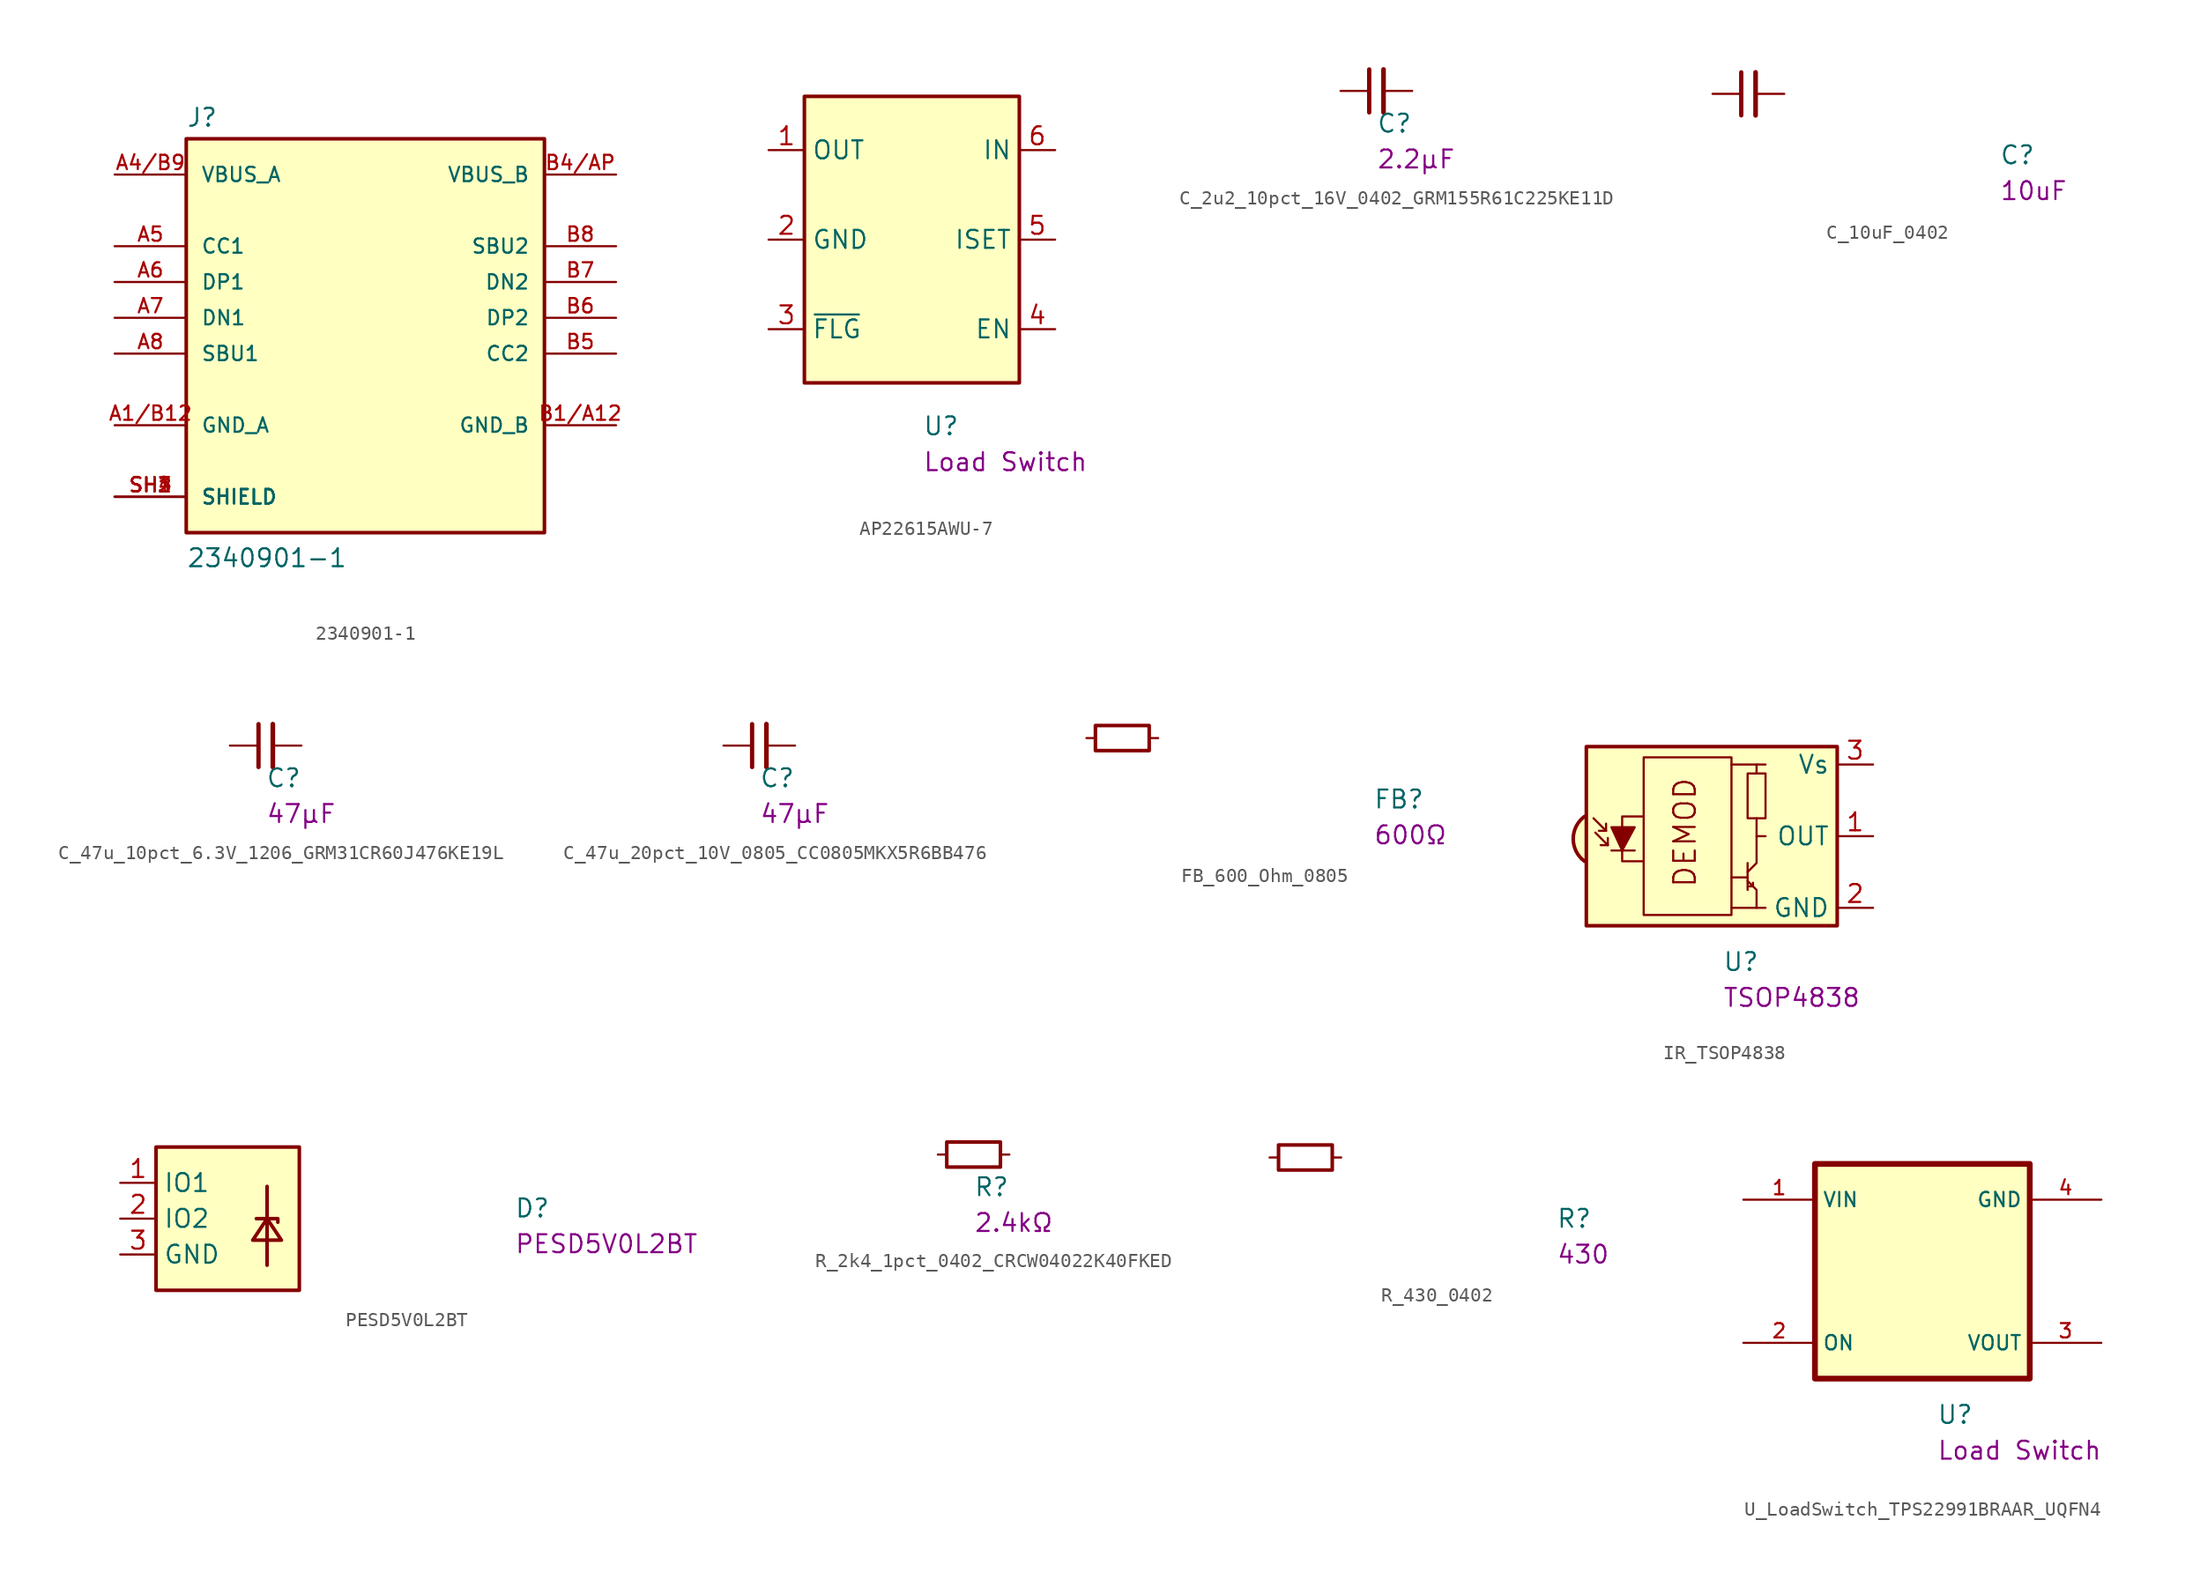
<source format=kicad_sym>
(kicad_symbol_lib
  (version 20231120)
  (generator "kicad_symbol_editor")
  (generator_version "8.0")
  (symbol "2340901-1"
    (pin_names
      (offset 1.016))
    (property "Reference" "J"
      (at -12.7 13.462 0)
      (effects (font (size 1.27 1.27)) (justify left bottom)))
    (property "Value" "2340901-1"
      (at -12.7 -17.78 0)
      (effects (font (size 1.27 1.27)) (justify left bottom)))
    (symbol "2340901-1_0_0"
      (rectangle (start -12.7 -15.24) (end 12.7 12.7) (stroke (width 0.254) (type default)) (fill (type background)))
      (pin power_in line (at -17.78 -7.62 0) (length 5.08) (name "GND_A" (effects (font (size 1.016 1.016)))) (number "A1/B12" (effects (font (size 1.016 1.016)))))
      (pin power_in line (at -17.78 10.16 0) (length 5.08) (name "VBUS_A" (effects (font (size 1.016 1.016)))) (number "A4/B9" (effects (font (size 1.016 1.016)))))
      (pin bidirectional line (at -17.78 5.08 0) (length 5.08) (name "CC1" (effects (font (size 1.016 1.016)))) (number "A5" (effects (font (size 1.016 1.016)))))
      (pin bidirectional line (at -17.78 2.54 0) (length 5.08) (name "DP1" (effects (font (size 1.016 1.016)))) (number "A6" (effects (font (size 1.016 1.016)))))
      (pin bidirectional line (at -17.78 0 0) (length 5.08) (name "DN1" (effects (font (size 1.016 1.016)))) (number "A7" (effects (font (size 1.016 1.016)))))
      (pin bidirectional line (at -17.78 -2.54 0) (length 5.08) (name "SBU1" (effects (font (size 1.016 1.016)))) (number "A8" (effects (font (size 1.016 1.016)))))
      (pin power_in line (at 17.78 -7.62 180) (length 5.08) (name "GND_B" (effects (font (size 1.016 1.016)))) (number "B1/A12" (effects (font (size 1.016 1.016)))))
      (pin power_in line (at 17.78 10.16 180) (length 5.08) (name "VBUS_B" (effects (font (size 1.016 1.016)))) (number "B4/AP" (effects (font (size 1.016 1.016)))))
      (pin bidirectional line (at 17.78 -2.54 180) (length 5.08) (name "CC2" (effects (font (size 1.016 1.016)))) (number "B5" (effects (font (size 1.016 1.016)))))
      (pin bidirectional line (at 17.78 0 180) (length 5.08) (name "DP2" (effects (font (size 1.016 1.016)))) (number "B6" (effects (font (size 1.016 1.016)))))
      (pin bidirectional line (at 17.78 2.54 180) (length 5.08) (name "DN2" (effects (font (size 1.016 1.016)))) (number "B7" (effects (font (size 1.016 1.016)))))
      (pin bidirectional line (at 17.78 5.08 180) (length 5.08) (name "SBU2" (effects (font (size 1.016 1.016)))) (number "B8" (effects (font (size 1.016 1.016)))))
      (pin passive line (at -17.78 -12.7 0) (length 5.08) (name "SHIELD" (effects (font (size 1.016 1.016)))) (number "SH1" (effects (font (size 1.016 1.016)))))
      (pin passive line (at -17.78 -12.7 0) (length 5.08) (name "SHIELD" (effects (font (size 1.016 1.016)))) (number "SH2" (effects (font (size 1.016 1.016)))))
      (pin passive line (at -17.78 -12.7 0) (length 5.08) (name "SHIELD" (effects (font (size 1.016 1.016)))) (number "SH3" (effects (font (size 1.016 1.016)))))
      (pin passive line (at -17.78 -12.7 0) (length 5.08) (name "SHIELD" (effects (font (size 1.016 1.016)))) (number "SH4" (effects (font (size 1.016 1.016)))))))
  (symbol "AP22615AWU-7"
    (property "Reference" "U"
      (at 0.762 -13.97 0)
      (effects (font (size 1.27 1.27) (thickness 0.15)) (justify left bottom)))
    (property "Val" "Load Switch"
      (at 0.762 -16.51 0)
      (effects (font (size 1.27 1.27)) (justify left bottom)))
    (symbol "AP22615AWU-7_0_1"
      (rectangle (start -7.62 10.16) (end 7.62 -10.16) (stroke (width 0.254) (type default)) (fill (type background))))
    (symbol "AP22615AWU-7_1_1"
      (pin power_out line (at -10.16 6.35 0) (length 2.54) (name "OUT" (effects (font (size 1.27 1.27)))) (number "1" (effects (font (size 1.27 1.27)))))
      (pin power_in line (at -10.16 0 0) (length 2.54) (name "GND" (effects (font (size 1.27 1.27)))) (number "2" (effects (font (size 1.27 1.27)))))
      (pin open_collector line (at -10.16 -6.35 0) (length 2.54) (name "~{FLG}" (effects (font (size 1.27 1.27)))) (number "3" (effects (font (size 1.27 1.27)))))
      (pin input line (at 10.16 -6.35 180) (length 2.54) (name "EN" (effects (font (size 1.27 1.27)))) (number "4" (effects (font (size 1.27 1.27)))))
      (pin power_in line (at 10.16 0 180) (length 2.54) (name "ISET" (effects (font (size 1.27 1.27)))) (number "5" (effects (font (size 1.27 1.27)))))
      (pin power_in line (at 10.16 6.35 180) (length 2.54) (name "IN" (effects (font (size 1.27 1.27)))) (number "6" (effects (font (size 1.27 1.27)))))))
  (symbol "C_2u2_10pct_16V_0402_GRM155R61C225KE11D"
    (pin_numbers hide)
    (pin_names hide)
    (property "Reference" "C"
      (at 0 -3.048 0)
      (effects (font (size 1.27 1.27) (thickness 0.15)) (justify left bottom)))
    (property "Val" "2.2µF"
      (at 0 -5.588 0)
      (effects (font (size 1.27 1.27)) (justify left bottom)))
    (symbol "C_2u2_10pct_16V_0402_GRM155R61C225KE11D_0_1"
      (polyline (pts (xy -0.508 -1.524) (xy -0.508 1.524)) (stroke (width 0.305) (type default)) (fill (type none)))
      (polyline (pts (xy 0.508 -1.524) (xy 0.508 1.524)) (stroke (width 0.33) (type default)) (fill (type none))))
    (symbol "C_2u2_10pct_16V_0402_GRM155R61C225KE11D_1_1"
      (pin passive line (at -2.54 0 0) (length 2.032) (name "~" (effects (font (size 1.27 1.27)))) (number "1" (effects (font (size 1.27 1.27)))))
      (pin passive line (at 2.54 0 180) (length 2.032) (name "~" (effects (font (size 1.27 1.27)))) (number "2" (effects (font (size 1.27 1.27)))))))
  (symbol "C_10uF_0402"
    (pin_numbers hide)
    (pin_names hide)
    (property "Reference" "C"
      (at 20.32 -5.08 0)
      (effects (font (size 1.27 1.27) (thickness 0.15)) (justify left bottom)))
    (property "Val" "10uF"
      (at 20.32 -7.62 0)
      (effects (font (size 1.27 1.27) (thickness 0.15)) (justify left bottom)))
    (symbol "C_10uF_0402_0_1"
      (polyline (pts (xy 2.032 -1.524) (xy 2.032 1.524)) (stroke (width 0.305) (type default)) (fill (type none)))
      (polyline (pts (xy 3.048 -1.524) (xy 3.048 1.524)) (stroke (width 0.33) (type default)) (fill (type none))))
    (symbol "C_10uF_0402_1_1"
      (pin passive line (at 0 0 0) (length 2.032) (name "~" (effects (font (size 1.27 1.27)))) (number "1" (effects (font (size 1.27 1.27)))))
      (pin passive line (at 5.08 0 180) (length 2.032) (name "~" (effects (font (size 1.27 1.27)))) (number "2" (effects (font (size 1.27 1.27)))))))
  (symbol "C_47u_10pct_6.3V_1206_GRM31CR60J476KE19L"
    (pin_numbers hide)
    (pin_names hide)
    (property "Reference" "C"
      (at 0 -3.048 0)
      (effects (font (size 1.27 1.27) (thickness 0.15)) (justify left bottom)))
    (property "Val" "47µF"
      (at 0 -5.588 0)
      (effects (font (size 1.27 1.27)) (justify left bottom)))
    (symbol "C_47u_10pct_6.3V_1206_GRM31CR60J476KE19L_0_1"
      (polyline (pts (xy -0.508 -1.524) (xy -0.508 1.524)) (stroke (width 0.305) (type default)) (fill (type none)))
      (polyline (pts (xy 0.508 -1.524) (xy 0.508 1.524)) (stroke (width 0.33) (type default)) (fill (type none))))
    (symbol "C_47u_10pct_6.3V_1206_GRM31CR60J476KE19L_1_1"
      (pin passive line (at -2.54 0 0) (length 2.032) (name "~" (effects (font (size 1.27 1.27)))) (number "1" (effects (font (size 1.27 1.27)))))
      (pin passive line (at 2.54 0 180) (length 2.032) (name "~" (effects (font (size 1.27 1.27)))) (number "2" (effects (font (size 1.27 1.27)))))))
  (symbol "C_47u_20pct_10V_0805_CC0805MKX5R6BB476"
    (pin_numbers hide)
    (pin_names hide)
    (property "Reference" "C"
      (at 0 -3.048 0)
      (effects (font (size 1.27 1.27) (thickness 0.15)) (justify left bottom)))
    (property "Val" "47µF"
      (at 0 -5.588 0)
      (effects (font (size 1.27 1.27)) (justify left bottom)))
    (symbol "C_47u_20pct_10V_0805_CC0805MKX5R6BB476_0_1"
      (polyline (pts (xy -0.508 -1.524) (xy -0.508 1.524)) (stroke (width 0.305) (type default)) (fill (type none)))
      (polyline (pts (xy 0.508 -1.524) (xy 0.508 1.524)) (stroke (width 0.33) (type default)) (fill (type none))))
    (symbol "C_47u_20pct_10V_0805_CC0805MKX5R6BB476_1_1"
      (pin passive line (at -2.54 0 0) (length 2.032) (name "~" (effects (font (size 1.27 1.27)))) (number "1" (effects (font (size 1.27 1.27)))))
      (pin passive line (at 2.54 0 180) (length 2.032) (name "~" (effects (font (size 1.27 1.27)))) (number "2" (effects (font (size 1.27 1.27)))))))
  (symbol "FB_600_Ohm_0805"
    (pin_numbers hide)
    (pin_names hide)
    (property "Reference" "FB"
      (at 20.32 -5.08 0)
      (effects (font (size 1.27 1.27) (thickness 0.15)) (justify left bottom)))
    (property "Val" "600Ω"
      (at 20.32 -7.62 0)
      (effects (font (size 1.27 1.27) (thickness 0.15)) (justify left bottom)))
    (symbol "FB_600_Ohm_0805_0_1"
      (rectangle (start 0.635 0.889) (end 4.445 -0.889) (stroke (width 0.254) (type default)) (fill (type none))))
    (symbol "FB_600_Ohm_0805_1_1"
      (pin passive line (at 0 0 0) (length 0.635) (name "~" (effects (font (size 1.27 1.27)))) (number "1" (effects (font (size 1.27 1.27)))))
      (pin passive line (at 5.08 0 180) (length 0.635) (name "~" (effects (font (size 1.27 1.27)))) (number "2" (effects (font (size 1.27 1.27)))))))
  (symbol "IR_TSOP4838"
    (property "Reference" "U"
      (at 0.762 -9.652 0)
      (effects (font (size 1.27 1.27) (thickness 0.15)) (justify left bottom)))
    (property "Val" "TSOP4838"
      (at 0.762 -12.192 0)
      (effects (font (size 1.27 1.27)) (justify left bottom)))
    (symbol "IR_TSOP4838_0_0"
      (arc (start -9.017 1.397) (mid -9.8199 -0.1905) (end -9.017 -1.778) (stroke (width 0.254) (type default)) (fill (type background)))
      (polyline (pts (xy 3.175 -5.08) (xy 1.397 -5.08)) (stroke (width 0) (type default)) (fill (type none)))
      (polyline (pts (xy 3.175 5.08) (xy 1.397 5.08)) (stroke (width 0) (type default)) (fill (type none)))
      (text "DEMOD" (at -1.905 0.254 900) (effects (font (size 1.524 1.524)))))
    (symbol "IR_TSOP4838_0_1"
      (rectangle (start -4.826 5.588) (end 1.397 -5.588) (stroke (width 0) (type default)) (fill (type none)))
      (polyline (pts (xy -7.493 0.381) (xy -8.382 1.27)) (stroke (width 0) (type default)) (fill (type none)))
      (polyline (pts (xy -7.493 0.381) (xy -8.001 0.381)) (stroke (width 0) (type default)) (fill (type none)))
      (polyline (pts (xy -7.493 0.381) (xy -7.493 0.889)) (stroke (width 0) (type default)) (fill (type none)))
      (polyline (pts (xy -7.366 -0.635) (xy -8.255 0.254)) (stroke (width 0) (type default)) (fill (type none)))
      (polyline (pts (xy -7.366 -0.635) (xy -7.874 -0.635)) (stroke (width 0) (type default)) (fill (type none)))
      (polyline (pts (xy -7.366 -0.635) (xy -7.366 -0.127)) (stroke (width 0) (type default)) (fill (type none)))
      (polyline (pts (xy -7.112 -1.016) (xy -5.461 -1.016)) (stroke (width 0) (type default)) (fill (type none)))
      (polyline (pts (xy 2.54 -2.921) (xy 1.397 -2.921)) (stroke (width 0) (type default)) (fill (type none)))
      (polyline (pts (xy 2.54 -1.905) (xy 2.54 -3.81)) (stroke (width 0) (type default)) (fill (type none)))
      (polyline (pts (xy 2.667 -3.556) (xy 2.794 -3.556)) (stroke (width 0) (type default)) (fill (type none)))
      (polyline (pts (xy 2.921 -3.556) (xy 2.794 -3.556)) (stroke (width 0) (type default)) (fill (type none)))
      (polyline (pts (xy 2.921 -3.556) (xy 2.921 -3.302)) (stroke (width 0) (type default)) (fill (type none)))
      (polyline (pts (xy 3.175 0) (xy 3.175 1.27)) (stroke (width 0) (type default)) (fill (type none)))
      (polyline (pts (xy 3.175 4.445) (xy 3.175 5.08) (xy 3.81 5.08)) (stroke (width 0) (type default)) (fill (type none)))
      (polyline (pts (xy -7.112 0.635) (xy -5.461 0.635) (xy -6.35 -1.016) (xy -7.112 0.635)) (stroke (width 0) (type default)) (fill (type outline)))
      (polyline (pts (xy -4.826 1.397) (xy -6.35 1.397) (xy -6.35 -1.778) (xy -4.826 -1.778)) (stroke (width 0) (type default)) (fill (type none)))
      (polyline (pts (xy 2.54 -3.175) (xy 3.175 -3.81) (xy 3.175 -5.08) (xy 3.81 -5.08)) (stroke (width 0) (type default)) (fill (type none)))
      (polyline (pts (xy 2.54 -2.54) (xy 3.175 -1.905) (xy 3.175 0) (xy 3.81 0)) (stroke (width 0) (type default)) (fill (type none)))
      (rectangle (start 3.81 1.27) (end 2.54 4.445) (stroke (width 0) (type default)) (fill (type none)))
      (rectangle (start 8.89 6.35) (end -8.89 -6.35) (stroke (width 0.254) (type default)) (fill (type background))))
    (symbol "IR_TSOP4838_1_1"
      (pin output line (at 11.43 0 180) (length 2.54) (name "OUT" (effects (font (size 1.27 1.27)))) (number "1" (effects (font (size 1.27 1.27)))))
      (pin power_in line (at 11.43 -5.08 180) (length 2.54) (name "GND" (effects (font (size 1.27 1.27)))) (number "2" (effects (font (size 1.27 1.27)))))
      (pin power_in line (at 11.43 5.08 180) (length 2.54) (name "Vs" (effects (font (size 1.27 1.27)))) (number "3" (effects (font (size 1.27 1.27)))))))
  (symbol "PESD5V0L2BT"
    (property "Reference" "D"
      (at 27.94 -2.54 0)
      (effects (font (size 1.27 1.27) (thickness 0.15)) (justify left bottom)))
    (property "MPN" "PESD5V0L2BT"
      (at 27.94 -5.08 0)
      (effects (font (size 1.27 1.27) (thickness 0.15)) (justify left bottom)))
    (symbol "PESD5V0L2BT_1_1"
      (polyline (pts (xy 10.414 -0.254) (xy 10.414 -5.842)) (stroke (width 0.254) (type default)) (fill (type none)))
      (polyline (pts (xy 9.652 -2.54) (xy 11.176 -2.54) (xy 11.176 -2.794)) (stroke (width 0.254) (type default)) (fill (type none)))
      (polyline (pts (xy 11.43 -4.064) (xy 10.414 -2.54) (xy 9.398 -4.064) (xy 11.43 -4.064)) (stroke (width 0.254) (type default)) (fill (type none)))
      (rectangle (start 12.7 -7.62) (end 2.54 2.54) (stroke (width 0.254) (type default)) (fill (type background)))
      (pin passive line (at 0 0 0) (length 2.54) (name "IO1" (effects (font (size 1.27 1.27)))) (number "1" (effects (font (size 1.27 1.27)))))
      (pin passive line (at 0 -2.54 0) (length 2.54) (name "IO2" (effects (font (size 1.27 1.27)))) (number "2" (effects (font (size 1.27 1.27)))))
      (pin passive line (at 0 -5.08 0) (length 2.54) (name "GND" (effects (font (size 1.27 1.27)))) (number "3" (effects (font (size 1.27 1.27)))))))
  (symbol "R_2k4_1pct_0402_CRCW04022K40FKED"
    (pin_numbers hide)
    (pin_names hide)
    (property "Reference" "R"
      (at 0 -3.048 0)
      (effects (font (size 1.27 1.27) (thickness 0.15)) (justify left bottom)))
    (property "Val" "2.4kΩ"
      (at 0 -5.588 0)
      (effects (font (size 1.27 1.27)) (justify left bottom)))
    (symbol "R_2k4_1pct_0402_CRCW04022K40FKED_0_1"
      (rectangle (start -1.905 0.889) (end 1.905 -0.889) (stroke (width 0.254) (type default)) (fill (type none))))
    (symbol "R_2k4_1pct_0402_CRCW04022K40FKED_1_1"
      (pin passive line (at -2.54 0 0) (length 0.635) (name "~" (effects (font (size 1.27 1.27)))) (number "1" (effects (font (size 1.27 1.27)))))
      (pin passive line (at 2.54 0 180) (length 0.635) (name "~" (effects (font (size 1.27 1.27)))) (number "2" (effects (font (size 1.27 1.27)))))))
  (symbol "R_430_0402"
    (pin_numbers hide)
    (pin_names hide)
    (property "Reference" "R"
      (at 20.32 -5.08 0)
      (effects (font (size 1.27 1.27) (thickness 0.15)) (justify left bottom)))
    (property "Val" "430"
      (at 20.32 -7.62 0)
      (effects (font (size 1.27 1.27) (thickness 0.15)) (justify left bottom)))
    (symbol "R_430_0402_0_1"
      (rectangle (start 0.635 0.889) (end 4.445 -0.889) (stroke (width 0.254) (type default)) (fill (type none))))
    (symbol "R_430_0402_1_1"
      (pin passive line (at 0 0 0) (length 0.635) (name "~" (effects (font (size 1.27 1.27)))) (number "1" (effects (font (size 1.27 1.27)))))
      (pin passive line (at 5.08 0 180) (length 0.635) (name "~" (effects (font (size 1.27 1.27)))) (number "2" (effects (font (size 1.27 1.27)))))))
  (symbol "U_LoadSwitch_TPS22991BRAAR_UQFN4"
    (property "Reference" "U"
      (at 1.016 -10.922 0)
      (effects (font (size 1.27 1.27) (thickness 0.15)) (justify left bottom)))
    (property "Val" "Load Switch"
      (at 1.016 -13.462 0)
      (effects (font (size 1.27 1.27)) (justify left bottom)))
    (symbol "U_LoadSwitch_TPS22991BRAAR_UQFN4_0_0"
      (rectangle (start -7.62 7.62) (end 7.62 -7.62) (stroke (width 0.41) (type default)) (fill (type background)))
      (pin power_in line (at -12.7 5.08 0) (length 5.08) (name "VIN" (effects (font (size 1.016 1.016)))) (number "1" (effects (font (size 1.016 1.016))))))
    (symbol "U_LoadSwitch_TPS22991BRAAR_UQFN4_1_0"
      (pin input line (at -12.7 -5.08 0) (length 5.08) (name "ON" (effects (font (size 1.016 1.016)))) (number "2" (effects (font (size 1.016 1.016)))))
      (pin power_in line (at 12.7 -5.08 180) (length 5.08) (name "VOUT" (effects (font (size 1.016 1.016)))) (number "3" (effects (font (size 1.016 1.016)))))
      (pin power_in line (at 12.7 5.08 180) (length 5.08) (name "GND" (effects (font (size 1.016 1.016)))) (number "4" (effects (font (size 1.016 1.016))))))))
</source>
